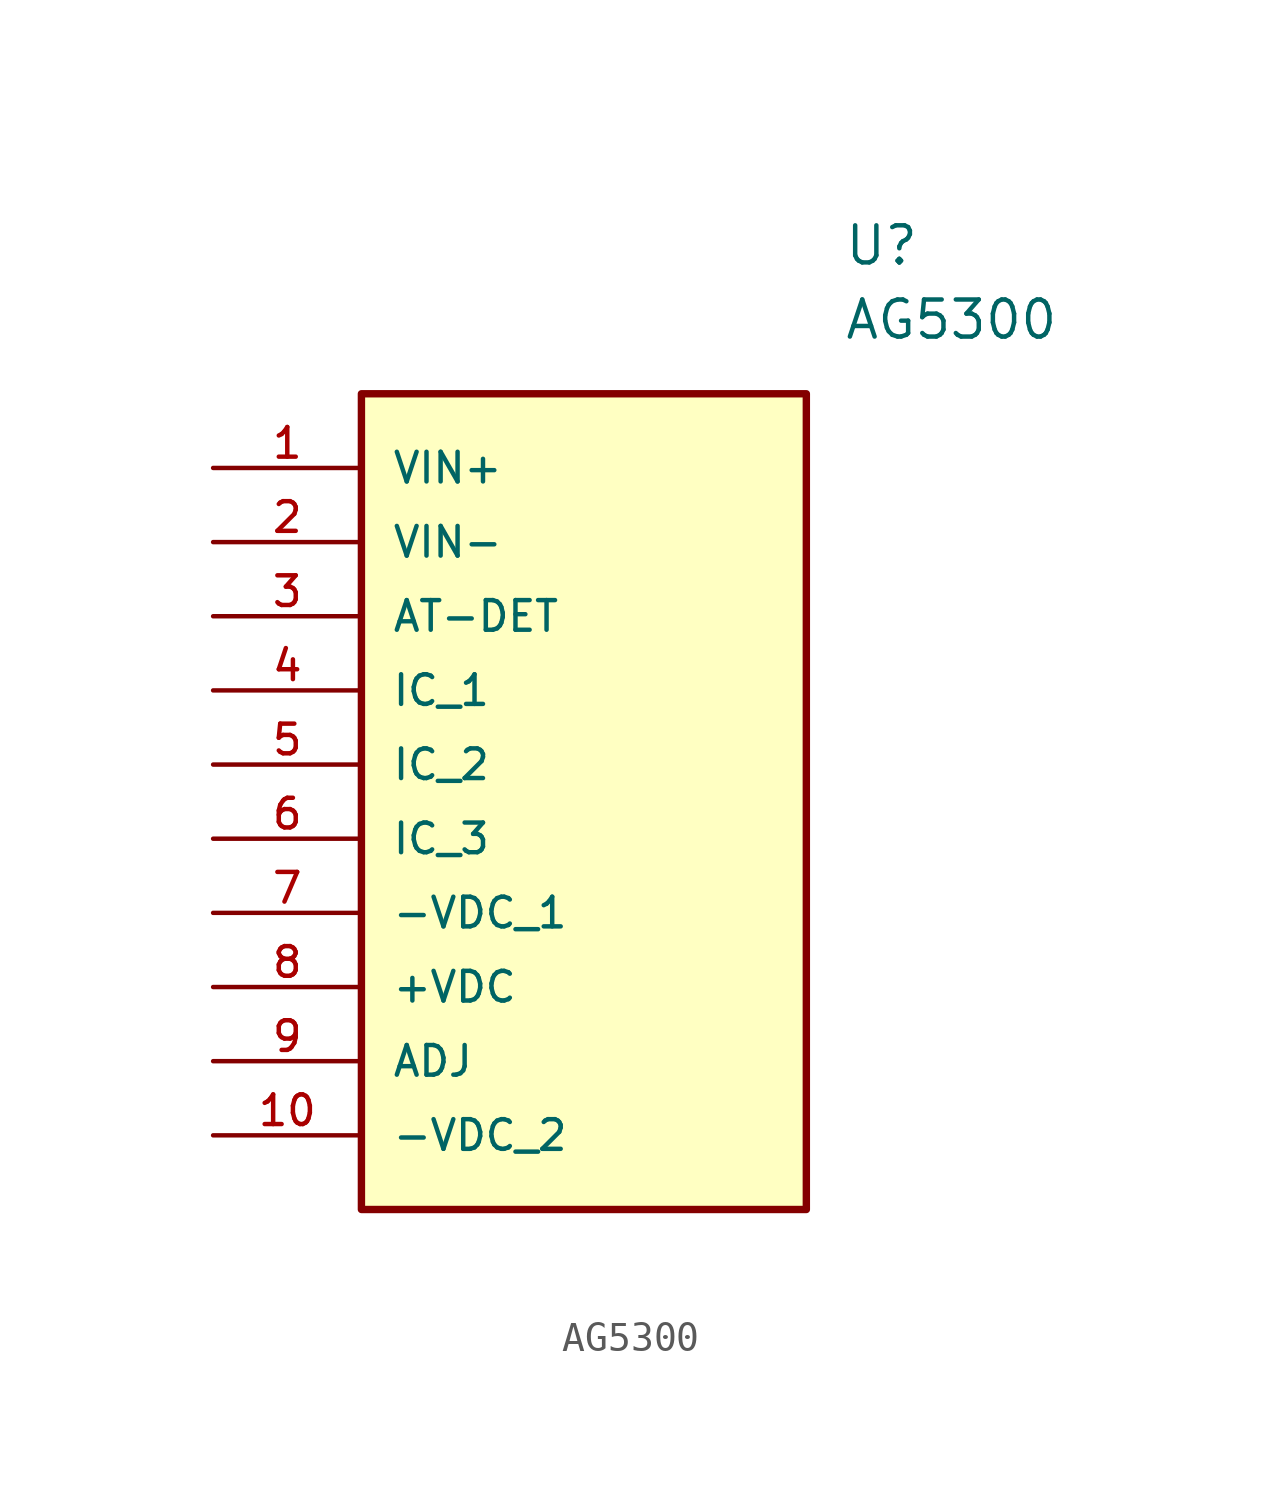
<source format=kicad_sym>
(kicad_symbol_lib
  (version 20211014)
  (generator kicad_symbol_editor)
  (symbol "AG5300"
    (pin_names
      (offset 1.016))
    (property "Reference" "U"
      (at 21.59 7.62 0)
      (effects (font (size 1.27 1.27)) (justify left)))
    (property "Value" "AG5300"
      (at 21.59 5.08 0)
      (effects (font (size 1.27 1.27)) (justify left)))
    (symbol "AG5300_0_0"
      (rectangle (start 5.08 -25.4) (end 20.32 2.54) (stroke (width 0.254)) (fill (type background)))
      (pin bidirectional line (at 0.0 0.0 0) (length 5.08) (name "VIN+" (effects (font (size 1.016 1.016)))) (number "1" (effects (font (size 1.016 1.016)))))
      (pin bidirectional line (at 0.0 -2.54 0) (length 5.08) (name "VIN-" (effects (font (size 1.016 1.016)))) (number "2" (effects (font (size 1.016 1.016)))))
      (pin bidirectional line (at 0.0 -5.08 0) (length 5.08) (name "AT-DET" (effects (font (size 1.016 1.016)))) (number "3" (effects (font (size 1.016 1.016)))))
      (pin bidirectional line (at 0.0 -7.62 0) (length 5.08) (name "IC_1" (effects (font (size 1.016 1.016)))) (number "4" (effects (font (size 1.016 1.016)))))
      (pin bidirectional line (at 0.0 -10.16 0) (length 5.08) (name "IC_2" (effects (font (size 1.016 1.016)))) (number "5" (effects (font (size 1.016 1.016)))))
      (pin bidirectional line (at 0.0 -12.7 0) (length 5.08) (name "IC_3" (effects (font (size 1.016 1.016)))) (number "6" (effects (font (size 1.016 1.016)))))
      (pin bidirectional line (at 0.0 -15.24 0) (length 5.08) (name "-VDC_1" (effects (font (size 1.016 1.016)))) (number "7" (effects (font (size 1.016 1.016)))))
      (pin bidirectional line (at 0.0 -17.78 0) (length 5.08) (name "+VDC" (effects (font (size 1.016 1.016)))) (number "8" (effects (font (size 1.016 1.016)))))
      (pin bidirectional line (at 0.0 -20.32 0) (length 5.08) (name "ADJ" (effects (font (size 1.016 1.016)))) (number "9" (effects (font (size 1.016 1.016)))))
      (pin bidirectional line (at 0.0 -22.86 0) (length 5.08) (name "-VDC_2" (effects (font (size 1.016 1.016)))) (number "10" (effects (font (size 1.016 1.016))))))))
</source>
